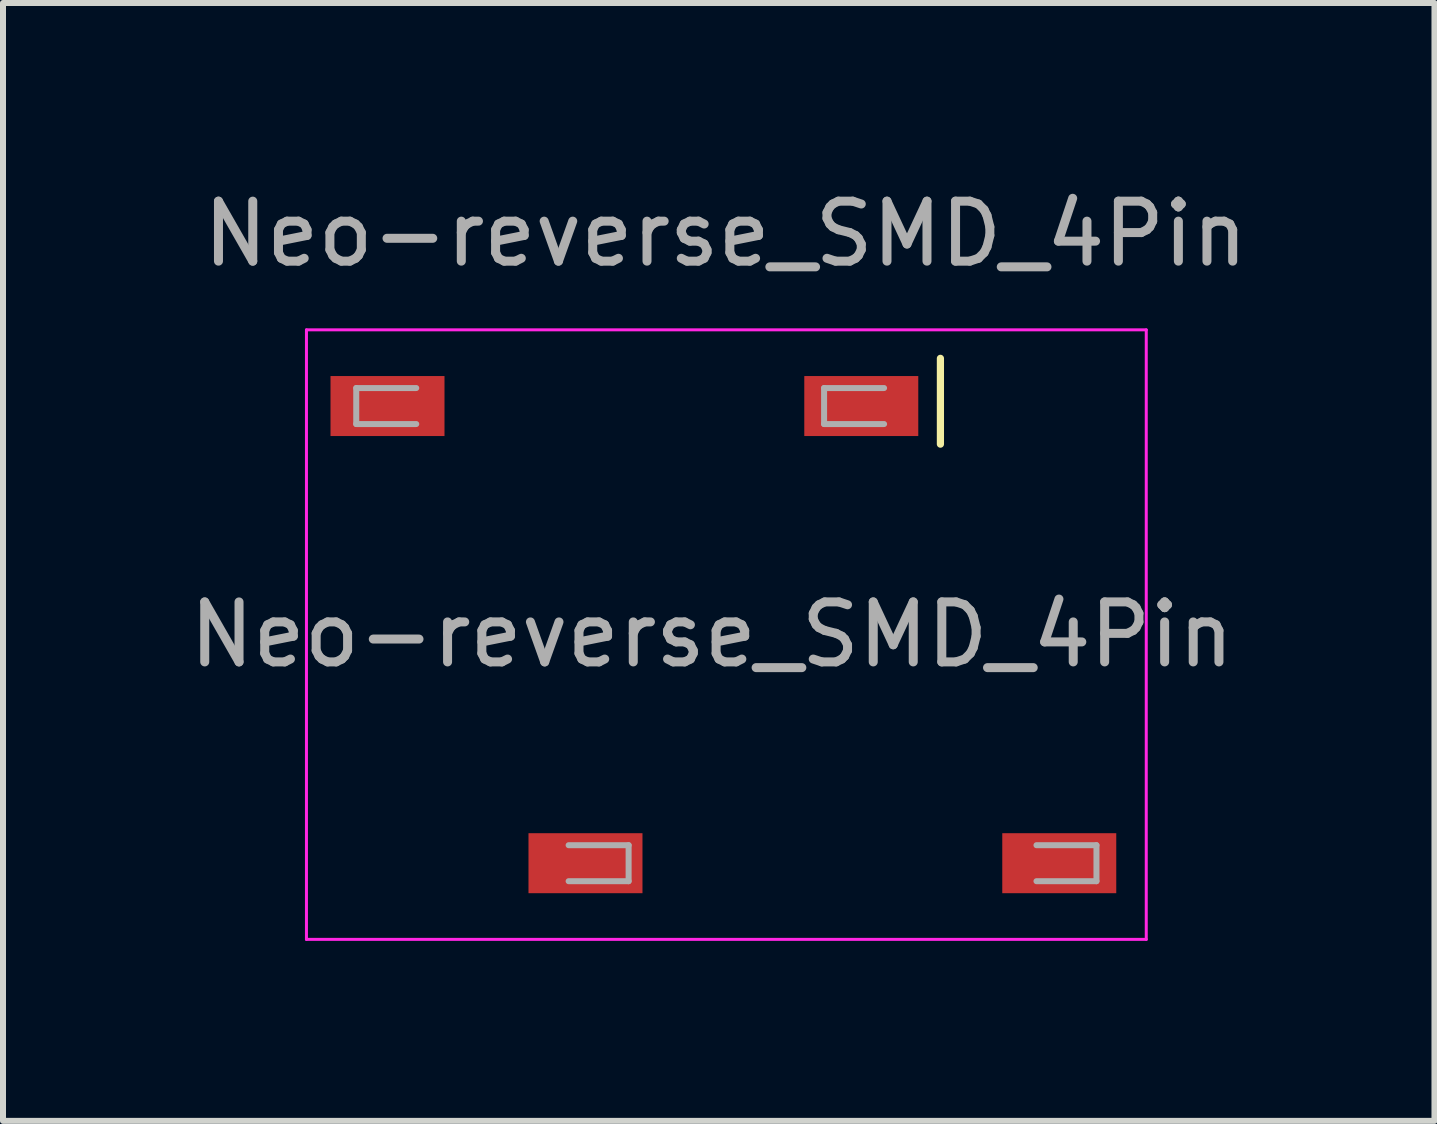
<source format=kicad_pcb>
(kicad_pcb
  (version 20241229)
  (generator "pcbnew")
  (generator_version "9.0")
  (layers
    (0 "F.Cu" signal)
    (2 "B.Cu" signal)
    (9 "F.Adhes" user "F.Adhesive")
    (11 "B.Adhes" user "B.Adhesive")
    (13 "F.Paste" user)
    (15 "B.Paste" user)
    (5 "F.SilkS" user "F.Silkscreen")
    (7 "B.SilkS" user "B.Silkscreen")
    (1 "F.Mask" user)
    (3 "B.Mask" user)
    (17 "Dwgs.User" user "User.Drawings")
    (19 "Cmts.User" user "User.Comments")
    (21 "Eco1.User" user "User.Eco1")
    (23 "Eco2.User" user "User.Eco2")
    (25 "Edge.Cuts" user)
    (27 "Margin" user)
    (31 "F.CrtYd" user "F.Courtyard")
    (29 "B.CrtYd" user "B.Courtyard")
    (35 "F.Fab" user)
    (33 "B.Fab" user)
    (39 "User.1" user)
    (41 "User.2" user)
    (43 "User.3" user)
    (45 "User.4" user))
  (footprint "Neo-reverse_SMD_4Pin"
    (layer "F.Cu")
    (at 9.044 7.528)
    (property "Reference" "Neo-reverse_SMD_4Pin" (at 0 -6.68 0) (layer "F.Fab") (effects (font (size 1 1) (thickness 0.15))))
    (attr smd)
    (fp_line (start 3.581 -4.605) (end 3.581 -3.175) (stroke (width 0.12) (type solid)) (layer "F.SilkS"))
    (fp_line (start -6.986 -5.08) (end 7.012 -5.08) (stroke (width 0.05) (type solid)) (layer "F.CrtYd"))
    (fp_line (start -6.986 5.08) (end -6.986 -5.08) (stroke (width 0.05) (type solid)) (layer "F.CrtYd"))
    (fp_line (start 7.012 -5.08) (end 7.012 5.08) (stroke (width 0.05) (type solid)) (layer "F.CrtYd"))
    (fp_line (start 7.012 5.08) (end -6.986 5.08) (stroke (width 0.05) (type solid)) (layer "F.CrtYd"))
    (fp_line (start -6.156 -4.11) (end -5.156 -4.11) (stroke (width 0.1) (type solid)) (layer "F.Fab"))
    (fp_line (start -6.156 -3.51) (end -6.156 -4.11) (stroke (width 0.1) (type solid)) (layer "F.Fab"))
    (fp_line (start -5.156 -3.51) (end -6.156 -3.51) (stroke (width 0.1) (type solid)) (layer "F.Fab"))
    (fp_line (start -2.616 3.51) (end -1.616 3.51) (stroke (width 0.1) (type solid)) (layer "F.Fab"))
    (fp_line (start -1.616 3.51) (end -1.616 4.11) (stroke (width 0.1) (type solid)) (layer "F.Fab"))
    (fp_line (start -1.616 4.11) (end -2.616 4.11) (stroke (width 0.1) (type solid)) (layer "F.Fab"))
    (fp_line (start 1.642 -4.11) (end 2.642 -4.11) (stroke (width 0.1) (type solid)) (layer "F.Fab"))
    (fp_line (start 1.642 -3.51) (end 1.642 -4.11) (stroke (width 0.1) (type solid)) (layer "F.Fab"))
    (fp_line (start 2.642 -3.51) (end 1.642 -3.51) (stroke (width 0.1) (type solid)) (layer "F.Fab"))
    (fp_line (start 5.182 3.51) (end 6.182 3.51) (stroke (width 0.1) (type solid)) (layer "F.Fab"))
    (fp_line (start 6.182 3.51) (end 6.182 4.11) (stroke (width 0.1) (type solid)) (layer "F.Fab"))
    (fp_line (start 6.182 4.11) (end 5.182 4.11) (stroke (width 0.1) (type solid)) (layer "F.Fab"))
    (fp_text user "${REFERENCE}" (at -0.229 0 180) (layer "F.Fab") (effects (font (size 1 1) (thickness 0.15))))
    (pad "" smd circle (at 0 0) (size 5 5) (layers "F.Mask"))
    (pad "1" smd rect (at -5.635 -3.81) (size 1.9 1) (layers "F.Cu" "F.Mask" "F.Paste"))
    (pad "1" smd rect (at 2.262 -3.81) (size 1.9 1) (layers "F.Cu" "F.Mask" "F.Paste"))
    (pad "4" smd rect (at -2.335 3.81) (size 1.9 1) (layers "F.Cu" "F.Mask" "F.Paste"))
    (pad "4" smd rect (at 5.562 3.81) (size 1.9 1) (layers "F.Cu" "F.Mask" "F.Paste")))
  (gr_rect
    (start -3 -3)
    (end 20.86 15.633)
    (stroke (width 0.1) (type default))
    (fill no)
    (layer "Edge.Cuts")))
</source>
